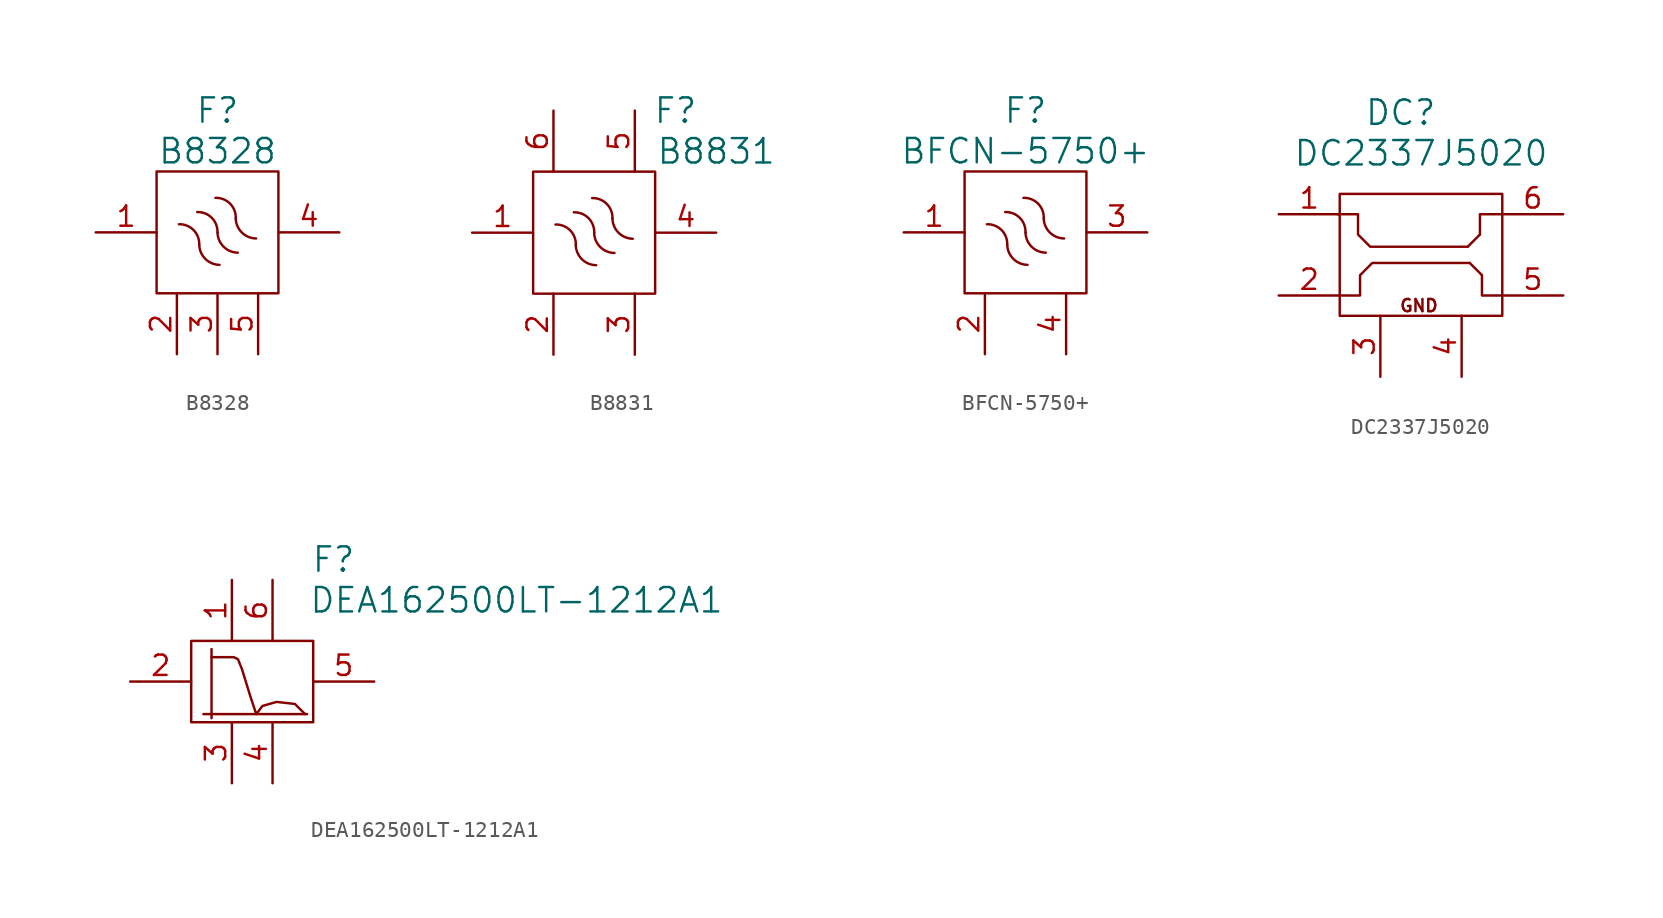
<source format=kicad_sym>
(kicad_symbol_lib
  (version 20211014)
  (generator kicad_symbol_editor)
  (symbol "B8328"
    (pin_names
      (offset 1.016) hide)
    (property "Reference" "F"
      (at 0 7.62 0)
      (effects (font (size 1.524 1.524))))
    (property "Value" "B8328"
      (at 0 5.08 0)
      (effects (font (size 1.524 1.524))))
    (symbol "B8328_0_1"
      (rectangle (start -3.81 -3.81) (end 3.81 3.81) (stroke (width 0) (type default) (color 0 0 0 0)) (fill (type none)))
      (arc (start -1.143 -0.762) (mid -1.5059 0.1526) (end -2.413 0.508) (stroke (width 0) (type default) (color 0 0 0 0)) (fill (type none)))
      (arc (start -1.143 -0.762) (mid -0.7696 -1.6508) (end 0.127 -2.032) (stroke (width 0) (type default) (color 0 0 0 0)) (fill (type none)))
      (arc (start 0 0) (mid -0.3629 0.9146) (end -1.27 1.27) (stroke (width 0) (type default) (color 0 0 0 0)) (fill (type none)))
      (arc (start 0 0) (mid 0.3734 -0.8888) (end 1.27 -1.27) (stroke (width 0) (type default) (color 0 0 0 0)) (fill (type none)))
      (arc (start 1.143 0.889) (mid 0.7801 1.8036) (end -0.127 2.159) (stroke (width 0) (type default) (color 0 0 0 0)) (fill (type none)))
      (arc (start 1.143 0.889) (mid 1.5164 0.0002) (end 2.413 -0.381) (stroke (width 0) (type default) (color 0 0 0 0)) (fill (type none))))
    (symbol "B8328_1_1"
      (pin input line (at -7.62 0 0) (length 3.81) (name "In" (effects (font (size 1.27 1.27)))) (number "1" (effects (font (size 1.27 1.27)))))
      (pin passive line (at -2.54 -7.62 90) (length 3.81) (name "GND" (effects (font (size 1.27 1.27)))) (number "2" (effects (font (size 1.27 1.27)))))
      (pin passive line (at 0 -7.62 90) (length 3.81) (name "GND" (effects (font (size 1.27 1.27)))) (number "3" (effects (font (size 1.27 1.27)))))
      (pin input line (at 7.62 0 180) (length 3.81) (name "Out" (effects (font (size 1.27 1.27)))) (number "4" (effects (font (size 1.27 1.27)))))
      (pin passive line (at 2.54 -7.62 90) (length 3.81) (name "GND" (effects (font (size 1.27 1.27)))) (number "5" (effects (font (size 1.27 1.27)))))))
  (symbol "B8831"
    (pin_names
      (offset 1.016) hide)
    (property "Reference" "F"
      (at 5.08 7.62 0)
      (effects (font (size 1.524 1.524))))
    (property "Value" "B8831"
      (at 7.62 5.08 0)
      (effects (font (size 1.524 1.524))))
    (symbol "B8831_0_1"
      (rectangle (start -3.81 -3.81) (end 3.81 3.81) (stroke (width 0) (type default) (color 0 0 0 0)) (fill (type none)))
      (arc (start -1.143 -0.762) (mid -1.5059 0.1526) (end -2.413 0.508) (stroke (width 0) (type default) (color 0 0 0 0)) (fill (type none)))
      (arc (start -1.143 -0.762) (mid -0.7696 -1.6508) (end 0.127 -2.032) (stroke (width 0) (type default) (color 0 0 0 0)) (fill (type none)))
      (arc (start 0 0) (mid -0.3629 0.9146) (end -1.27 1.27) (stroke (width 0) (type default) (color 0 0 0 0)) (fill (type none)))
      (arc (start 0 0) (mid 0.3734 -0.8888) (end 1.27 -1.27) (stroke (width 0) (type default) (color 0 0 0 0)) (fill (type none)))
      (arc (start 1.143 0.889) (mid 0.7801 1.8036) (end -0.127 2.159) (stroke (width 0) (type default) (color 0 0 0 0)) (fill (type none)))
      (arc (start 1.143 0.889) (mid 1.5164 0.0002) (end 2.413 -0.381) (stroke (width 0) (type default) (color 0 0 0 0)) (fill (type none))))
    (symbol "B8831_1_1"
      (pin input line (at -7.62 0 0) (length 3.81) (name "In" (effects (font (size 1.27 1.27)))) (number "1" (effects (font (size 1.27 1.27)))))
      (pin passive line (at -2.54 -7.62 90) (length 3.81) (name "GND" (effects (font (size 1.27 1.27)))) (number "2" (effects (font (size 1.27 1.27)))))
      (pin passive line (at 2.54 -7.62 90) (length 3.81) (name "GND" (effects (font (size 1.27 1.27)))) (number "3" (effects (font (size 1.27 1.27)))))
      (pin input line (at 7.62 0 180) (length 3.81) (name "Out" (effects (font (size 1.27 1.27)))) (number "4" (effects (font (size 1.27 1.27)))))
      (pin passive line (at 2.54 7.62 270) (length 3.81) (name "GND" (effects (font (size 1.27 1.27)))) (number "5" (effects (font (size 1.27 1.27)))))
      (pin passive line (at -2.54 7.62 270) (length 3.81) (name "GND" (effects (font (size 1.27 1.27)))) (number "6" (effects (font (size 1.27 1.27)))))))
  (symbol "BFCN-5750+"
    (pin_names
      (offset 1.016) hide)
    (property "Reference" "F"
      (at 0 7.62 0)
      (effects (font (size 1.524 1.524))))
    (property "Value" "BFCN-5750+"
      (at 0 5.08 0)
      (effects (font (size 1.524 1.524))))
    (symbol "BFCN-5750+_0_1"
      (rectangle (start -3.81 -3.81) (end 3.81 3.81) (stroke (width 0) (type default) (color 0 0 0 0)) (fill (type none)))
      (arc (start -1.143 -0.762) (mid -1.5059 0.1526) (end -2.413 0.508) (stroke (width 0) (type default) (color 0 0 0 0)) (fill (type none)))
      (arc (start -1.143 -0.762) (mid -0.7696 -1.6508) (end 0.127 -2.032) (stroke (width 0) (type default) (color 0 0 0 0)) (fill (type none)))
      (arc (start 0 0) (mid -0.3629 0.9146) (end -1.27 1.27) (stroke (width 0) (type default) (color 0 0 0 0)) (fill (type none)))
      (arc (start 0 0) (mid 0.3734 -0.8888) (end 1.27 -1.27) (stroke (width 0) (type default) (color 0 0 0 0)) (fill (type none)))
      (arc (start 1.143 0.889) (mid 0.7801 1.8036) (end -0.127 2.159) (stroke (width 0) (type default) (color 0 0 0 0)) (fill (type none)))
      (arc (start 1.143 0.889) (mid 1.5164 0.0002) (end 2.413 -0.381) (stroke (width 0) (type default) (color 0 0 0 0)) (fill (type none))))
    (symbol "BFCN-5750+_1_1"
      (pin input line (at -7.62 0 0) (length 3.81) (name "In" (effects (font (size 1.27 1.27)))) (number "1" (effects (font (size 1.27 1.27)))))
      (pin passive line (at -2.54 -7.62 90) (length 3.81) (name "GND" (effects (font (size 1.27 1.27)))) (number "2" (effects (font (size 1.27 1.27)))))
      (pin input line (at 7.62 0 180) (length 3.81) (name "Out" (effects (font (size 1.27 1.27)))) (number "3" (effects (font (size 1.27 1.27)))))
      (pin passive line (at 2.54 -7.62 90) (length 3.81) (name "GND" (effects (font (size 1.27 1.27)))) (number "4" (effects (font (size 1.27 1.27)))))))
  (symbol "DC2337J5020"
    (pin_names
      (offset 1.016) hide)
    (property "Reference" "DC"
      (at -1.27 8.89 0)
      (effects (font (size 1.524 1.524))))
    (property "Value" "DC2337J5020"
      (at 0 6.35 0)
      (effects (font (size 1.524 1.524))))
    (symbol "DC2337J5020_0_0"
      (text "GND" (at -0.127 -3.175 0) (effects (font (size 0.762 0.762)))))
    (symbol "DC2337J5020_0_1"
      (rectangle (start -5.08 3.81) (end 5.08 -3.81) (stroke (width 0) (type default) (color 0 0 0 0)) (fill (type none)))
      (polyline (pts (xy 3.683 1.27) (xy 2.921 0.508)) (stroke (width 0) (type default) (color 0 0 0 0)) (fill (type none)))
      (polyline (pts (xy 3.81 -1.27) (xy 3.048 -0.508)) (stroke (width 0) (type default) (color 0 0 0 0)) (fill (type none)))
      (polyline (pts (xy 4.953 2.54) (xy 3.683 2.54) (xy 3.683 1.27)) (stroke (width 0) (type default) (color 0 0 0 0)) (fill (type none)))
      (polyline (pts (xy 5.08 -2.54) (xy 3.81 -2.54) (xy 3.81 -1.27)) (stroke (width 0) (type default) (color 0 0 0 0)) (fill (type none)))
      (polyline (pts (xy -5.207 2.54) (xy -3.937 2.54) (xy -3.937 1.27) (xy -3.175 0.508) (xy 2.921 0.508)) (stroke (width 0) (type default) (color 0 0 0 0)) (fill (type none)))
      (polyline (pts (xy -5.08 -2.54) (xy -3.81 -2.54) (xy -3.81 -1.27) (xy -3.048 -0.508) (xy 3.048 -0.508)) (stroke (width 0) (type default) (color 0 0 0 0)) (fill (type none))))
    (symbol "DC2337J5020_1_1"
      (pin input line (at -8.89 2.54 0) (length 3.81) (name "Direct" (effects (font (size 1.27 1.27)))) (number "1" (effects (font (size 1.27 1.27)))))
      (pin input line (at -8.89 -2.54 0) (length 3.81) (name "Isolated" (effects (font (size 1.27 1.27)))) (number "2" (effects (font (size 1.27 1.27)))))
      (pin input line (at -2.54 -7.62 90) (length 3.81) (name "GND" (effects (font (size 1.27 1.27)))) (number "3" (effects (font (size 1.27 1.27)))))
      (pin input line (at 2.54 -7.62 90) (length 3.81) (name "GND" (effects (font (size 1.27 1.27)))) (number "4" (effects (font (size 1.27 1.27)))))
      (pin input line (at 8.89 -2.54 180) (length 3.81) (name "Coupled" (effects (font (size 1.27 1.27)))) (number "5" (effects (font (size 1.27 1.27)))))
      (pin input line (at 8.89 2.54 180) (length 3.81) (name "Input" (effects (font (size 1.27 1.27)))) (number "6" (effects (font (size 1.27 1.27)))))))
  (symbol "DEA162500LT-1212A1"
    (pin_names
      (offset 1.016) hide)
    (property "Reference" "F"
      (at 5.08 7.62 0)
      (effects (font (size 1.524 1.524))))
    (property "Value" "DEA162500LT-1212A1"
      (at 16.51 5.08 0)
      (effects (font (size 1.524 1.524))))
    (symbol "DEA162500LT-1212A1_0_1"
      (rectangle (start -3.81 2.54) (end 3.81 -2.54) (stroke (width 0) (type default) (color 0 0 0 0)) (fill (type none)))
      (polyline (pts (xy -3.048 -2.032) (xy 3.429 -2.032)) (stroke (width 0) (type default) (color 0 0 0 0)) (fill (type none)))
      (polyline (pts (xy -2.54 2.032) (xy -2.54 -2.032) (xy -2.54 -2.286)) (stroke (width 0) (type default) (color 0 0 0 0)) (fill (type none)))
      (polyline (pts (xy -2.54 1.524) (xy -1.143 1.524) (xy -0.889 1.397) (xy -0.635 0.762) (xy -0.127 -0.889) (xy 0.254 -2.032) (xy 0.635 -1.524) (xy 1.524 -1.27) (xy 2.667 -1.397) (xy 3.302 -2.032)) (stroke (width 0) (type default) (color 0 0 0 0)) (fill (type none))))
    (symbol "DEA162500LT-1212A1_1_1"
      (pin input line (at -1.27 6.35 270) (length 3.81) (name "GND" (effects (font (size 1.27 1.27)))) (number "1" (effects (font (size 1.27 1.27)))))
      (pin input line (at -7.62 0 0) (length 3.81) (name "RF" (effects (font (size 1.27 1.27)))) (number "2" (effects (font (size 1.27 1.27)))))
      (pin input line (at -1.27 -6.35 90) (length 3.81) (name "GND" (effects (font (size 1.27 1.27)))) (number "3" (effects (font (size 1.27 1.27)))))
      (pin input line (at 1.27 -6.35 90) (length 3.81) (name "GND" (effects (font (size 1.27 1.27)))) (number "4" (effects (font (size 1.27 1.27)))))
      (pin input line (at 7.62 0 180) (length 3.81) (name "RF" (effects (font (size 1.27 1.27)))) (number "5" (effects (font (size 1.27 1.27)))))
      (pin input line (at 1.27 6.35 270) (length 3.81) (name "GND" (effects (font (size 1.27 1.27)))) (number "6" (effects (font (size 1.27 1.27))))))))
</source>
